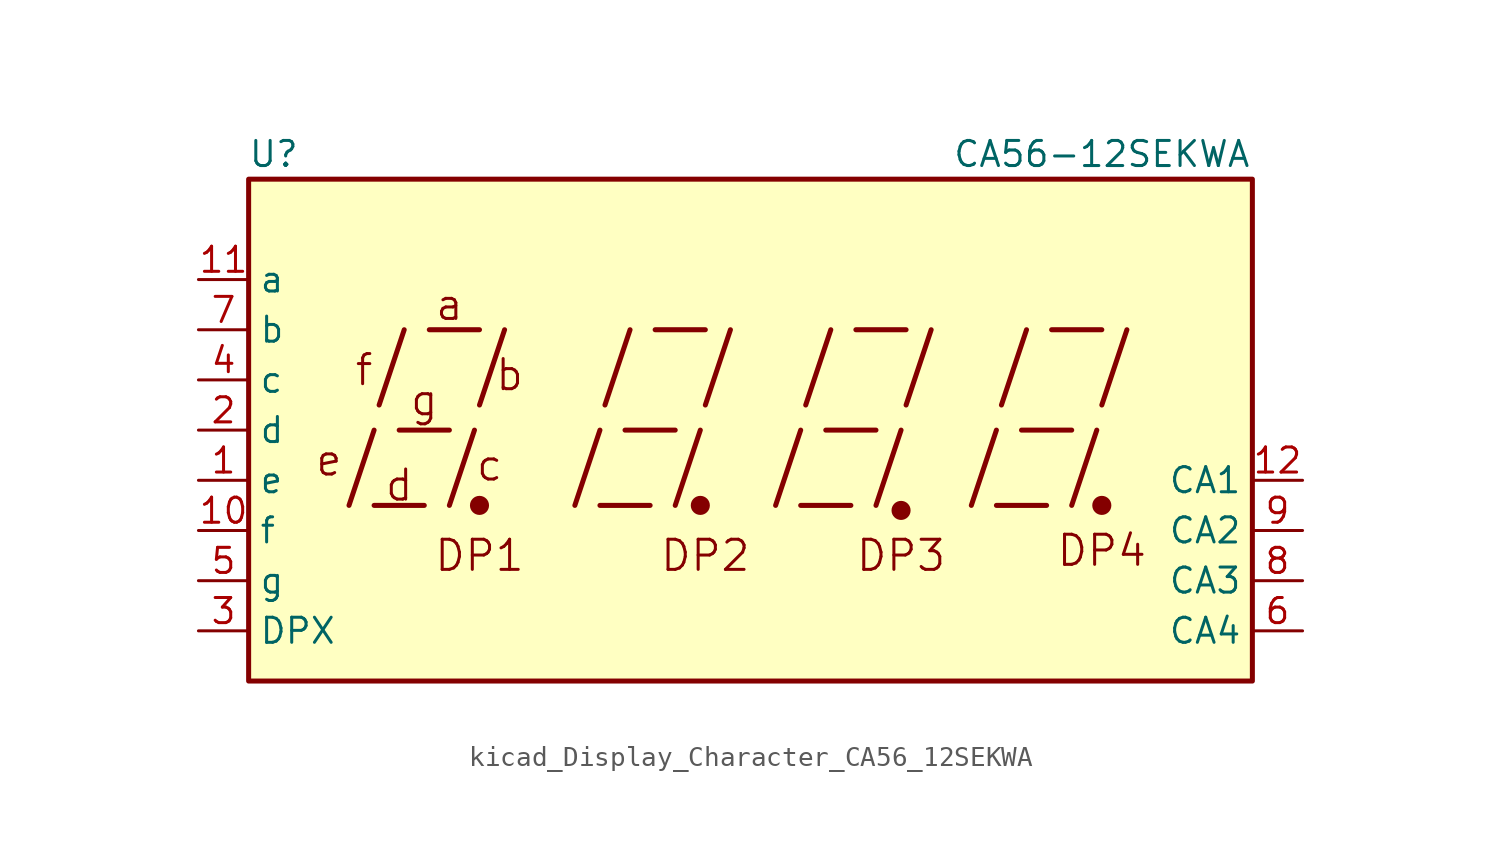
<source format=kicad_sym>
(kicad_symbol_lib
  (version 20220914)
  (generator kicad_symbol_editor)
  (symbol "kicad_Display_Character_CA56_12SEKWA"
    (property "Reference" "U"
      (at -24.13 13.97 0)
      (effects (font (size 1.27 1.27))))
    (property "Value" "CA56-12SEKWA"
      (at 17.78 13.97 0)
      (effects (font (size 1.27 1.27))))
    (symbol "kicad_Display_Character_CA56_12SEKWA_0_0"
      (rectangle (start -25.4 12.7) (end 25.4 -12.7) (stroke (width 0.254) (type default)) (fill (type background)))
      (polyline (pts (xy -20.32 -3.81) (xy -19.05 0)) (stroke (width 0.254) (type default)) (fill (type none)))
      (polyline (pts (xy -19.05 -3.81) (xy -16.51 -3.81)) (stroke (width 0.254) (type default)) (fill (type none)))
      (polyline (pts (xy -18.796 1.27) (xy -17.526 5.08)) (stroke (width 0.254) (type default)) (fill (type none)))
      (polyline (pts (xy -17.78 0) (xy -15.24 0)) (stroke (width 0.254) (type default)) (fill (type none)))
      (polyline (pts (xy -16.256 5.08) (xy -13.716 5.08)) (stroke (width 0.254) (type default)) (fill (type none)))
      (polyline (pts (xy -15.24 -3.81) (xy -13.97 0)) (stroke (width 0.254) (type default)) (fill (type none)))
      (polyline (pts (xy -13.716 1.27) (xy -12.446 5.08)) (stroke (width 0.254) (type default)) (fill (type none)))
      (polyline (pts (xy -8.89 -3.81) (xy -7.62 0)) (stroke (width 0.254) (type default)) (fill (type none)))
      (polyline (pts (xy -7.62 -3.81) (xy -5.08 -3.81)) (stroke (width 0.254) (type default)) (fill (type none)))
      (polyline (pts (xy -7.366 1.27) (xy -6.096 5.08)) (stroke (width 0.254) (type default)) (fill (type none)))
      (polyline (pts (xy -6.35 0) (xy -3.81 0)) (stroke (width 0.254) (type default)) (fill (type none)))
      (polyline (pts (xy -4.826 5.08) (xy -2.286 5.08)) (stroke (width 0.254) (type default)) (fill (type none)))
      (polyline (pts (xy -3.81 -3.81) (xy -2.54 0)) (stroke (width 0.254) (type default)) (fill (type none)))
      (polyline (pts (xy -2.286 1.27) (xy -1.016 5.08)) (stroke (width 0.254) (type default)) (fill (type none)))
      (polyline (pts (xy 1.27 -3.81) (xy 2.54 0)) (stroke (width 0.254) (type default)) (fill (type none)))
      (polyline (pts (xy 2.54 -3.81) (xy 5.08 -3.81)) (stroke (width 0.254) (type default)) (fill (type none)))
      (polyline (pts (xy 2.794 1.27) (xy 4.064 5.08)) (stroke (width 0.254) (type default)) (fill (type none)))
      (polyline (pts (xy 3.81 0) (xy 6.35 0)) (stroke (width 0.254) (type default)) (fill (type none)))
      (polyline (pts (xy 5.334 5.08) (xy 7.874 5.08)) (stroke (width 0.254) (type default)) (fill (type none)))
      (polyline (pts (xy 6.35 -3.81) (xy 7.62 0)) (stroke (width 0.254) (type default)) (fill (type none)))
      (polyline (pts (xy 7.874 1.27) (xy 9.144 5.08)) (stroke (width 0.254) (type default)) (fill (type none)))
      (polyline (pts (xy 11.176 -3.81) (xy 12.446 0)) (stroke (width 0.254) (type default)) (fill (type none)))
      (polyline (pts (xy 12.446 -3.81) (xy 14.986 -3.81)) (stroke (width 0.254) (type default)) (fill (type none)))
      (polyline (pts (xy 12.7 1.27) (xy 13.97 5.08)) (stroke (width 0.254) (type default)) (fill (type none)))
      (polyline (pts (xy 13.716 0) (xy 16.256 0)) (stroke (width 0.254) (type default)) (fill (type none)))
      (polyline (pts (xy 15.24 5.08) (xy 17.78 5.08)) (stroke (width 0.254) (type default)) (fill (type none)))
      (polyline (pts (xy 16.256 -3.81) (xy 17.526 0)) (stroke (width 0.254) (type default)) (fill (type none)))
      (polyline (pts (xy 17.78 1.27) (xy 19.05 5.08)) (stroke (width 0.254) (type default)) (fill (type none)))
      (text "a" (at -15.24 6.35 0) (effects (font (size 1.524 1.524))))
      (text "b" (at -12.192 2.794 0) (effects (font (size 1.524 1.524))))
      (text "c" (at -13.208 -1.778 0) (effects (font (size 1.524 1.524))))
      (text "d" (at -17.78 -2.794 0) (effects (font (size 1.524 1.524))))
      (text "DP1" (at -13.716 -6.35 0) (effects (font (size 1.524 1.524))))
      (text "DP2" (at -2.286 -6.35 0) (effects (font (size 1.524 1.524))))
      (text "DP3" (at 7.62 -6.35 0) (effects (font (size 1.524 1.524))))
      (text "DP4" (at 17.78 -6.096 0) (effects (font (size 1.524 1.524))))
      (text "e" (at -21.336 -1.524 0) (effects (font (size 1.524 1.524))))
      (text "f" (at -19.558 3.048 0) (effects (font (size 1.524 1.524))))
      (text "g" (at -16.51 1.524 0) (effects (font (size 1.524 1.524)))))
    (symbol "kicad_Display_Character_CA56_12SEKWA_0_1"
      (circle (center -13.716 -3.81) (radius 0.356) (stroke (width 0.254) (type default)) (fill (type outline)))
      (circle (center -2.54 -3.81) (radius 0.356) (stroke (width 0.254) (type default)) (fill (type outline))))
    (symbol "kicad_Display_Character_CA56_12SEKWA_1_0"
      (circle (center 7.62 -4.064) (radius 0.356) (stroke (width 0.254) (type default)) (fill (type outline)))
      (circle (center 17.78 -3.81) (radius 0.356) (stroke (width 0.254) (type default)) (fill (type outline))))
    (symbol "kicad_Display_Character_CA56_12SEKWA_1_1"
      (pin input line (at -27.94 -2.54 0) (length 2.54) (name "e" (effects (font (size 1.27 1.27)))) (number "1" (effects (font (size 1.27 1.27)))))
      (pin input line (at -27.94 -5.08 0) (length 2.54) (name "f" (effects (font (size 1.27 1.27)))) (number "10" (effects (font (size 1.27 1.27)))))
      (pin input line (at -27.94 7.62 0) (length 2.54) (name "a" (effects (font (size 1.27 1.27)))) (number "11" (effects (font (size 1.27 1.27)))))
      (pin input line (at 27.94 -2.54 180) (length 2.54) (name "CA1" (effects (font (size 1.27 1.27)))) (number "12" (effects (font (size 1.27 1.27)))))
      (pin input line (at -27.94 0 0) (length 2.54) (name "d" (effects (font (size 1.27 1.27)))) (number "2" (effects (font (size 1.27 1.27)))))
      (pin input line (at -27.94 -10.16 0) (length 2.54) (name "DPX" (effects (font (size 1.27 1.27)))) (number "3" (effects (font (size 1.27 1.27)))))
      (pin input line (at -27.94 2.54 0) (length 2.54) (name "c" (effects (font (size 1.27 1.27)))) (number "4" (effects (font (size 1.27 1.27)))))
      (pin input line (at -27.94 -7.62 0) (length 2.54) (name "g" (effects (font (size 1.27 1.27)))) (number "5" (effects (font (size 1.27 1.27)))))
      (pin input line (at 27.94 -10.16 180) (length 2.54) (name "CA4" (effects (font (size 1.27 1.27)))) (number "6" (effects (font (size 1.27 1.27)))))
      (pin input line (at -27.94 5.08 0) (length 2.54) (name "b" (effects (font (size 1.27 1.27)))) (number "7" (effects (font (size 1.27 1.27)))))
      (pin input line (at 27.94 -7.62 180) (length 2.54) (name "CA3" (effects (font (size 1.27 1.27)))) (number "8" (effects (font (size 1.27 1.27)))))
      (pin input line (at 27.94 -5.08 180) (length 2.54) (name "CA2" (effects (font (size 1.27 1.27)))) (number "9" (effects (font (size 1.27 1.27))))))))
</source>
